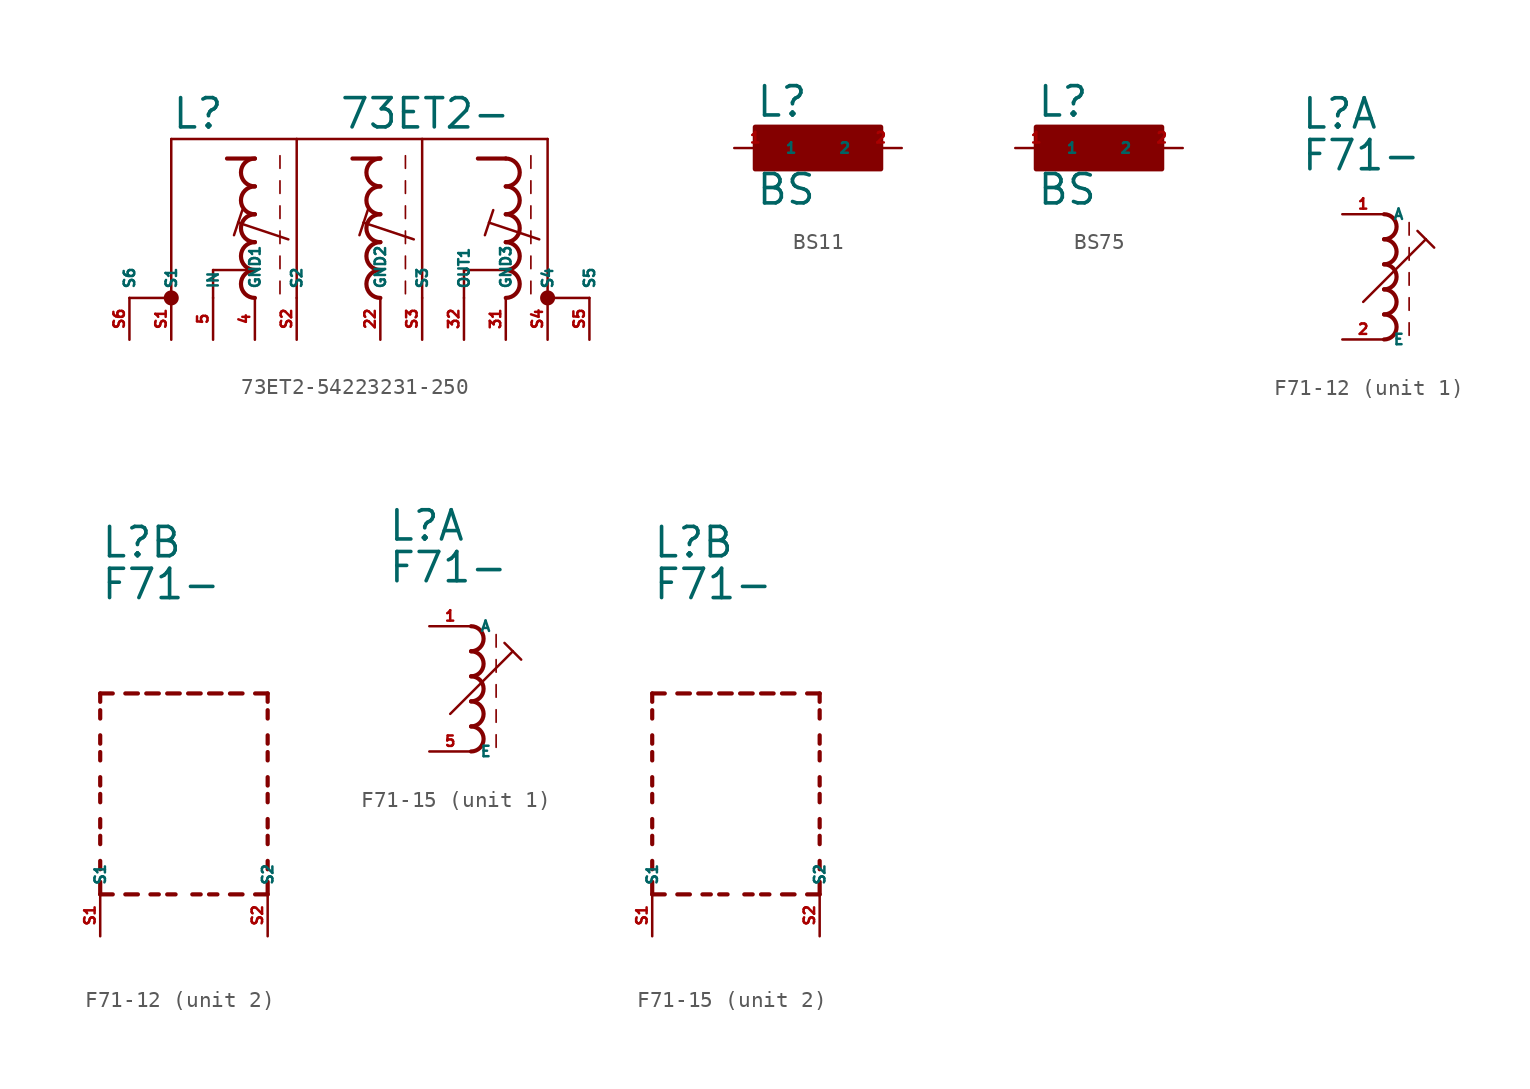
<source format=kicad_sym>
(kicad_symbol_lib
  (version 20220914)
  (generator kicad_symbol_editor)
  (symbol "73ET2-54223231-250"
    (property "Reference" "L"
      (at -12.7 7.62 0)
      (effects (font (size 1.778 1.778) (thickness 0.22)) (justify left bottom)))
    (property "Value" "73ET2-"
      (at -2.54 7.62 0)
      (effects (font (size 1.778 1.778) (thickness 0.22)) (justify left bottom)))
    (symbol "73ET2-54223231-250_1_1"
      (circle (center -12.7 -2.54) (radius 0.254) (stroke (width 0.406) (type default)) (fill (type none)))
      (arc (start -7.62 -0.8466) (mid -8.4664 -1.6933) (end -7.62 -2.54) (stroke (width 0.254) (type default)) (fill (type none)))
      (arc (start -7.62 0.8466) (mid -8.4662 0) (end -7.62 -0.8466) (stroke (width 0.254) (type default)) (fill (type none)))
      (arc (start -7.62 2.54) (mid -8.4664 1.6933) (end -7.62 0.8466) (stroke (width 0.254) (type default)) (fill (type none)))
      (arc (start -7.62 4.2334) (mid -8.4664 3.3867) (end -7.62 2.54) (stroke (width 0.254) (type default)) (fill (type none)))
      (arc (start -7.62 5.9266) (mid -8.4662 5.08) (end -7.62 4.2334) (stroke (width 0.254) (type default)) (fill (type none)))
      (arc (start 0 -0.8466) (mid -0.8464 -1.6933) (end 0 -2.54) (stroke (width 0.254) (type default)) (fill (type none)))
      (polyline (pts (xy -15.24 -2.54) (xy -12.7 -2.54)) (stroke (width 0.152) (type default)) (fill (type none)))
      (polyline (pts (xy -12.7 -2.54) (xy -12.7 7.112)) (stroke (width 0.152) (type default)) (fill (type none)))
      (polyline (pts (xy -12.7 7.112) (xy -5.08 7.112)) (stroke (width 0.152) (type default)) (fill (type none)))
      (polyline (pts (xy -10.16 -2.54) (xy -10.16 -0.847)) (stroke (width 0.152) (type default)) (fill (type none)))
      (polyline (pts (xy -10.16 -0.847) (xy -7.62 -0.847)) (stroke (width 0.152) (type default)) (fill (type none)))
      (polyline (pts (xy -8.636 2.032) (xy -8.89 1.27)) (stroke (width 0.152) (type default)) (fill (type none)))
      (polyline (pts (xy -8.382 2.794) (xy -8.636 2.032)) (stroke (width 0.152) (type default)) (fill (type none)))
      (polyline (pts (xy -7.62 5.927) (xy -9.313 5.927)) (stroke (width 0.254) (type default)) (fill (type none)))
      (polyline (pts (xy -6.096 -1.524) (xy -6.096 -2.286)) (stroke (width 0.102) (type default)) (fill (type none)))
      (polyline (pts (xy -6.096 0) (xy -6.096 -0.762)) (stroke (width 0.102) (type default)) (fill (type none)))
      (polyline (pts (xy -6.096 1.524) (xy -6.096 0.762)) (stroke (width 0.102) (type default)) (fill (type none)))
      (polyline (pts (xy -6.096 3.048) (xy -6.096 2.286)) (stroke (width 0.102) (type default)) (fill (type none)))
      (polyline (pts (xy -6.096 4.572) (xy -6.096 3.81)) (stroke (width 0.102) (type default)) (fill (type none)))
      (polyline (pts (xy -6.096 6.096) (xy -6.096 5.334)) (stroke (width 0.102) (type default)) (fill (type none)))
      (polyline (pts (xy -5.588 1.016) (xy -8.636 2.032)) (stroke (width 0.152) (type default)) (fill (type none)))
      (polyline (pts (xy -5.08 7.112) (xy -5.08 -2.54)) (stroke (width 0.152) (type default)) (fill (type none)))
      (polyline (pts (xy -5.08 7.112) (xy 2.54 7.112)) (stroke (width 0.152) (type default)) (fill (type none)))
      (polyline (pts (xy -1.016 2.032) (xy -1.27 1.27)) (stroke (width 0.152) (type default)) (fill (type none)))
      (polyline (pts (xy -0.762 2.794) (xy -1.016 2.032)) (stroke (width 0.152) (type default)) (fill (type none)))
      (polyline (pts (xy 0 5.927) (xy -1.693 5.927)) (stroke (width 0.254) (type default)) (fill (type none)))
      (polyline (pts (xy 1.524 -1.524) (xy 1.524 -2.286)) (stroke (width 0.102) (type default)) (fill (type none)))
      (polyline (pts (xy 1.524 0) (xy 1.524 -0.762)) (stroke (width 0.102) (type default)) (fill (type none)))
      (polyline (pts (xy 1.524 1.524) (xy 1.524 0.762)) (stroke (width 0.102) (type default)) (fill (type none)))
      (polyline (pts (xy 1.524 3.048) (xy 1.524 2.286)) (stroke (width 0.102) (type default)) (fill (type none)))
      (polyline (pts (xy 1.524 4.572) (xy 1.524 3.81)) (stroke (width 0.102) (type default)) (fill (type none)))
      (polyline (pts (xy 1.524 6.096) (xy 1.524 5.334)) (stroke (width 0.102) (type default)) (fill (type none)))
      (polyline (pts (xy 2.032 1.016) (xy -1.016 2.032)) (stroke (width 0.152) (type default)) (fill (type none)))
      (polyline (pts (xy 2.54 7.112) (xy 2.54 -2.54)) (stroke (width 0.152) (type default)) (fill (type none)))
      (polyline (pts (xy 2.54 7.112) (xy 10.16 7.112)) (stroke (width 0.152) (type default)) (fill (type none)))
      (polyline (pts (xy 5.08 -2.54) (xy 5.08 -0.847)) (stroke (width 0.152) (type default)) (fill (type none)))
      (polyline (pts (xy 5.08 -0.847) (xy 7.62 -0.847)) (stroke (width 0.152) (type default)) (fill (type none)))
      (polyline (pts (xy 6.604 2.032) (xy 6.35 1.27)) (stroke (width 0.152) (type default)) (fill (type none)))
      (polyline (pts (xy 6.858 2.794) (xy 6.604 2.032)) (stroke (width 0.152) (type default)) (fill (type none)))
      (polyline (pts (xy 7.62 5.927) (xy 5.927 5.927)) (stroke (width 0.254) (type default)) (fill (type none)))
      (polyline (pts (xy 9.144 -1.524) (xy 9.144 -2.286)) (stroke (width 0.102) (type default)) (fill (type none)))
      (polyline (pts (xy 9.144 0) (xy 9.144 -0.762)) (stroke (width 0.102) (type default)) (fill (type none)))
      (polyline (pts (xy 9.144 1.524) (xy 9.144 0.762)) (stroke (width 0.102) (type default)) (fill (type none)))
      (polyline (pts (xy 9.144 3.048) (xy 9.144 2.286)) (stroke (width 0.102) (type default)) (fill (type none)))
      (polyline (pts (xy 9.144 4.572) (xy 9.144 3.81)) (stroke (width 0.102) (type default)) (fill (type none)))
      (polyline (pts (xy 9.144 6.096) (xy 9.144 5.334)) (stroke (width 0.102) (type default)) (fill (type none)))
      (polyline (pts (xy 9.652 1.016) (xy 6.604 2.032)) (stroke (width 0.152) (type default)) (fill (type none)))
      (polyline (pts (xy 10.16 7.112) (xy 10.16 -2.54)) (stroke (width 0.152) (type default)) (fill (type none)))
      (polyline (pts (xy 12.7 -2.54) (xy 10.16 -2.54)) (stroke (width 0.152) (type default)) (fill (type none)))
      (arc (start 0 0.8466) (mid -0.8462 0) (end 0 -0.8466) (stroke (width 0.254) (type default)) (fill (type none)))
      (arc (start 0 2.54) (mid -0.8464 1.6933) (end 0 0.8466) (stroke (width 0.254) (type default)) (fill (type none)))
      (arc (start 0 4.2334) (mid -0.8464 3.3867) (end 0 2.54) (stroke (width 0.254) (type default)) (fill (type none)))
      (arc (start 0 5.9266) (mid -0.8462 5.08) (end 0 4.2334) (stroke (width 0.254) (type default)) (fill (type none)))
      (arc (start 7.62 -2.54) (mid 8.4631 -1.6933) (end 7.62 -0.8466) (stroke (width 0.254) (type default)) (fill (type none)))
      (arc (start 7.62 -0.8466) (mid 8.463 0) (end 7.62 0.8466) (stroke (width 0.254) (type default)) (fill (type none)))
      (arc (start 7.62 0.8466) (mid 8.4631 1.6933) (end 7.62 2.54) (stroke (width 0.254) (type default)) (fill (type none)))
      (arc (start 7.62 2.54) (mid 8.4631 3.3867) (end 7.62 4.2334) (stroke (width 0.254) (type default)) (fill (type none)))
      (arc (start 7.62 4.2334) (mid 8.463 5.08) (end 7.62 5.9266) (stroke (width 0.254) (type default)) (fill (type none)))
      (circle (center 10.16 -2.54) (radius 0.254) (stroke (width 0.406) (type default)) (fill (type none)))
      (pin passive line (at 0 -5.08 90) (length 2.54) (name "GND2" (effects (font (size 0.635 0.635)))) (number "22" (effects (font (size 0.635 0.635)))))
      (pin passive line (at 7.62 -5.08 90) (length 2.54) (name "GND3" (effects (font (size 0.635 0.635)))) (number "31" (effects (font (size 0.635 0.635)))))
      (pin passive line (at 5.08 -5.08 90) (length 2.54) (name "OUT1" (effects (font (size 0.635 0.635)))) (number "32" (effects (font (size 0.635 0.635)))))
      (pin passive line (at -7.62 -5.08 90) (length 2.54) (name "GND1" (effects (font (size 0.635 0.635)))) (number "4" (effects (font (size 0.635 0.635)))))
      (pin passive line (at -10.16 -5.08 90) (length 2.54) (name "IN" (effects (font (size 0.635 0.635)))) (number "5" (effects (font (size 0.635 0.635)))))
      (pin passive line (at -12.7 -5.08 90) (length 2.54) (name "S1" (effects (font (size 0.635 0.635)))) (number "S1" (effects (font (size 0.635 0.635)))))
      (pin passive line (at -5.08 -5.08 90) (length 2.54) (name "S2" (effects (font (size 0.635 0.635)))) (number "S2" (effects (font (size 0.635 0.635)))))
      (pin passive line (at 2.54 -5.08 90) (length 2.54) (name "S3" (effects (font (size 0.635 0.635)))) (number "S3" (effects (font (size 0.635 0.635)))))
      (pin passive line (at 10.16 -5.08 90) (length 2.54) (name "S4" (effects (font (size 0.635 0.635)))) (number "S4" (effects (font (size 0.635 0.635)))))
      (pin passive line (at 12.7 -5.08 90) (length 2.54) (name "S5" (effects (font (size 0.635 0.635)))) (number "S5" (effects (font (size 0.635 0.635)))))
      (pin passive line (at -15.24 -5.08 90) (length 2.54) (name "S6" (effects (font (size 0.635 0.635)))) (number "S6" (effects (font (size 0.635 0.635)))))))
  (symbol "BS11"
    (property "Reference" "L"
      (at -3.81 1.778 0)
      (effects (font (size 1.778 1.778) (thickness 0.22)) (justify left bottom)))
    (property "Value" "BS"
      (at -3.81 -3.556 0)
      (effects (font (size 1.778 1.778) (thickness 0.22)) (justify left bottom)))
    (symbol "BS11_1_1"
      (rectangle (start -3.81 -1.27) (end 3.81 1.27) (stroke (width 0.3) (type default)) (fill (type outline)))
      (pin passive line (at -5.08 0 0) (length 2.54) (name "1" (effects (font (size 0.635 0.635)))) (number "1" (effects (font (size 0.635 0.635)))))
      (pin passive line (at 5.08 0 180) (length 2.54) (name "2" (effects (font (size 0.635 0.635)))) (number "2" (effects (font (size 0.635 0.635)))))))
  (symbol "BS75"
    (property "Reference" "L"
      (at -3.81 1.778 0)
      (effects (font (size 1.778 1.778) (thickness 0.22)) (justify left bottom)))
    (property "Value" "BS"
      (at -3.81 -3.556 0)
      (effects (font (size 1.778 1.778) (thickness 0.22)) (justify left bottom)))
    (symbol "BS75_1_1"
      (rectangle (start -3.81 -1.27) (end 3.81 1.27) (stroke (width 0.3) (type default)) (fill (type outline)))
      (pin passive line (at -5.08 0 0) (length 2.54) (name "1" (effects (font (size 0.635 0.635)))) (number "1" (effects (font (size 0.635 0.635)))))
      (pin passive line (at 5.08 0 180) (length 2.54) (name "2" (effects (font (size 0.635 0.635)))) (number "2" (effects (font (size 0.635 0.635)))))))
  (symbol "F71-12"
    (property "Reference" "L"
      (at -5.08 10.16 0)
      (effects (font (size 1.778 1.778) (thickness 0.22)) (justify left bottom)))
    (property "Value" "F71-"
      (at -5.08 7.62 0)
      (effects (font (size 1.778 1.778) (thickness 0.22)) (justify left bottom)))
    (symbol "F71-12_1_0"
      (arc (start 0 -2.54) (mid 0.7587 -1.778) (end 0 -1.016) (stroke (width 0.254) (type default)) (fill (type none)))
      (arc (start 0 -1.016) (mid 0.7587 -0.254) (end 0 0.508) (stroke (width 0.254) (type default)) (fill (type none)))
      (polyline (pts (xy -1.27 -0.254) (xy 2.54 3.556)) (stroke (width 0.152) (type default)) (fill (type none)))
      (polyline (pts (xy 1.524 -1.524) (xy 1.524 -2.286)) (stroke (width 0.102) (type default)) (fill (type none)))
      (polyline (pts (xy 1.524 0) (xy 1.524 -0.762)) (stroke (width 0.102) (type default)) (fill (type none)))
      (polyline (pts (xy 1.524 1.524) (xy 1.524 0.762)) (stroke (width 0.102) (type default)) (fill (type none)))
      (polyline (pts (xy 1.524 3.048) (xy 1.524 2.286)) (stroke (width 0.102) (type default)) (fill (type none)))
      (polyline (pts (xy 1.524 4.572) (xy 1.524 3.81)) (stroke (width 0.102) (type default)) (fill (type none)))
      (polyline (pts (xy 2.032 4.064) (xy 2.54 3.556)) (stroke (width 0.152) (type default)) (fill (type none)))
      (polyline (pts (xy 2.54 3.556) (xy 3.048 3.048)) (stroke (width 0.152) (type default)) (fill (type none)))
      (arc (start 0 0.508) (mid 0.7587 1.27) (end 0 2.032) (stroke (width 0.254) (type default)) (fill (type none)))
      (arc (start 0 2.032) (mid 0.7587 2.794) (end 0 3.556) (stroke (width 0.254) (type default)) (fill (type none)))
      (arc (start 0 3.556) (mid 0.7587 4.318) (end 0 5.08) (stroke (width 0.254) (type default)) (fill (type none)))
      (pin passive line (at -2.54 5.08 0) (length 2.54) (name "A" (effects (font (size 0.635 0.635)))) (number "1" (effects (font (size 0.635 0.635)))))
      (pin passive line (at -2.54 -2.54 0) (length 2.54) (name "E" (effects (font (size 0.635 0.635)))) (number "2" (effects (font (size 0.635 0.635))))))
    (symbol "F71-12_2_0"
      (polyline (pts (xy -5.08 -10.16) (xy -5.08 -9.398)) (stroke (width 0.254) (type default)) (fill (type none)))
      (polyline (pts (xy -5.08 -10.16) (xy -4.318 -10.16)) (stroke (width 0.254) (type default)) (fill (type none)))
      (polyline (pts (xy -5.08 -8.636) (xy -5.08 -8.128)) (stroke (width 0.254) (type default)) (fill (type none)))
      (polyline (pts (xy -5.08 -7.112) (xy -5.08 -6.604)) (stroke (width 0.254) (type default)) (fill (type none)))
      (polyline (pts (xy -5.08 -6.096) (xy -5.08 -5.588)) (stroke (width 0.254) (type default)) (fill (type none)))
      (polyline (pts (xy -5.08 -4.572) (xy -5.08 -4.064)) (stroke (width 0.254) (type default)) (fill (type none)))
      (polyline (pts (xy -5.08 -3.556) (xy -5.08 -3.048)) (stroke (width 0.254) (type default)) (fill (type none)))
      (polyline (pts (xy -5.08 -2.032) (xy -5.08 -1.524)) (stroke (width 0.254) (type default)) (fill (type none)))
      (polyline (pts (xy -5.08 -1.016) (xy -5.08 -0.508)) (stroke (width 0.254) (type default)) (fill (type none)))
      (polyline (pts (xy -5.08 0.508) (xy -5.08 1.016)) (stroke (width 0.254) (type default)) (fill (type none)))
      (polyline (pts (xy -5.08 1.524) (xy -5.08 2.032)) (stroke (width 0.254) (type default)) (fill (type none)))
      (polyline (pts (xy -5.08 2.032) (xy -4.318 2.032)) (stroke (width 0.254) (type default)) (fill (type none)))
      (polyline (pts (xy -3.556 -10.16) (xy -2.794 -10.16)) (stroke (width 0.254) (type default)) (fill (type none)))
      (polyline (pts (xy -3.556 2.032) (xy -2.794 2.032)) (stroke (width 0.254) (type default)) (fill (type none)))
      (polyline (pts (xy -1.524 -10.16) (xy -2.032 -10.16)) (stroke (width 0.254) (type default)) (fill (type none)))
      (polyline (pts (xy -1.524 2.032) (xy -2.286 2.032)) (stroke (width 0.254) (type default)) (fill (type none)))
      (polyline (pts (xy -1.016 2.032) (xy -0.254 2.032)) (stroke (width 0.254) (type default)) (fill (type none)))
      (polyline (pts (xy -0.508 -10.16) (xy -1.016 -10.16)) (stroke (width 0.254) (type default)) (fill (type none)))
      (polyline (pts (xy 1.016 -10.16) (xy 0.508 -10.16)) (stroke (width 0.254) (type default)) (fill (type none)))
      (polyline (pts (xy 1.016 2.032) (xy 0.254 2.032)) (stroke (width 0.254) (type default)) (fill (type none)))
      (polyline (pts (xy 1.524 2.032) (xy 2.286 2.032)) (stroke (width 0.254) (type default)) (fill (type none)))
      (polyline (pts (xy 2.032 -10.16) (xy 1.524 -10.16)) (stroke (width 0.254) (type default)) (fill (type none)))
      (polyline (pts (xy 3.556 -10.16) (xy 2.794 -10.16)) (stroke (width 0.254) (type default)) (fill (type none)))
      (polyline (pts (xy 3.556 2.032) (xy 2.794 2.032)) (stroke (width 0.254) (type default)) (fill (type none)))
      (polyline (pts (xy 5.08 -10.16) (xy 4.318 -10.16)) (stroke (width 0.254) (type default)) (fill (type none)))
      (polyline (pts (xy 5.08 -10.16) (xy 5.08 -9.398)) (stroke (width 0.254) (type default)) (fill (type none)))
      (polyline (pts (xy 5.08 -8.636) (xy 5.08 -8.128)) (stroke (width 0.254) (type default)) (fill (type none)))
      (polyline (pts (xy 5.08 -7.112) (xy 5.08 -6.604)) (stroke (width 0.254) (type default)) (fill (type none)))
      (polyline (pts (xy 5.08 -6.096) (xy 5.08 -5.588)) (stroke (width 0.254) (type default)) (fill (type none)))
      (polyline (pts (xy 5.08 -4.572) (xy 5.08 -4.064)) (stroke (width 0.254) (type default)) (fill (type none)))
      (polyline (pts (xy 5.08 -3.556) (xy 5.08 -3.048)) (stroke (width 0.254) (type default)) (fill (type none)))
      (polyline (pts (xy 5.08 -2.032) (xy 5.08 -1.524)) (stroke (width 0.254) (type default)) (fill (type none)))
      (polyline (pts (xy 5.08 -1.016) (xy 5.08 -0.508)) (stroke (width 0.254) (type default)) (fill (type none)))
      (polyline (pts (xy 5.08 0.508) (xy 5.08 1.016)) (stroke (width 0.254) (type default)) (fill (type none)))
      (polyline (pts (xy 5.08 1.524) (xy 5.08 2.032)) (stroke (width 0.254) (type default)) (fill (type none)))
      (polyline (pts (xy 5.08 2.032) (xy 4.318 2.032)) (stroke (width 0.254) (type default)) (fill (type none)))
      (pin passive line (at -5.08 -12.7 90) (length 2.54) (name "S1" (effects (font (size 0.635 0.635)))) (number "S1" (effects (font (size 0.635 0.635)))))
      (pin passive line (at 5.08 -12.7 90) (length 2.54) (name "S2" (effects (font (size 0.635 0.635)))) (number "S2" (effects (font (size 0.635 0.635)))))))
  (symbol "F71-15"
    (property "Reference" "L"
      (at -5.08 10.16 0)
      (effects (font (size 1.778 1.778) (thickness 0.22)) (justify left bottom)))
    (property "Value" "F71-"
      (at -5.08 7.62 0)
      (effects (font (size 1.778 1.778) (thickness 0.22)) (justify left bottom)))
    (symbol "F71-15_1_0"
      (arc (start 0 -2.54) (mid 0.7587 -1.778) (end 0 -1.016) (stroke (width 0.254) (type default)) (fill (type none)))
      (arc (start 0 -1.016) (mid 0.7587 -0.254) (end 0 0.508) (stroke (width 0.254) (type default)) (fill (type none)))
      (polyline (pts (xy -1.27 -0.254) (xy 2.54 3.556)) (stroke (width 0.152) (type default)) (fill (type none)))
      (polyline (pts (xy 1.524 -1.524) (xy 1.524 -2.286)) (stroke (width 0.102) (type default)) (fill (type none)))
      (polyline (pts (xy 1.524 0) (xy 1.524 -0.762)) (stroke (width 0.102) (type default)) (fill (type none)))
      (polyline (pts (xy 1.524 1.524) (xy 1.524 0.762)) (stroke (width 0.102) (type default)) (fill (type none)))
      (polyline (pts (xy 1.524 3.048) (xy 1.524 2.286)) (stroke (width 0.102) (type default)) (fill (type none)))
      (polyline (pts (xy 1.524 4.572) (xy 1.524 3.81)) (stroke (width 0.102) (type default)) (fill (type none)))
      (polyline (pts (xy 2.032 4.064) (xy 2.54 3.556)) (stroke (width 0.152) (type default)) (fill (type none)))
      (polyline (pts (xy 2.54 3.556) (xy 3.048 3.048)) (stroke (width 0.152) (type default)) (fill (type none)))
      (arc (start 0 0.508) (mid 0.7587 1.27) (end 0 2.032) (stroke (width 0.254) (type default)) (fill (type none)))
      (arc (start 0 2.032) (mid 0.7587 2.794) (end 0 3.556) (stroke (width 0.254) (type default)) (fill (type none)))
      (arc (start 0 3.556) (mid 0.7587 4.318) (end 0 5.08) (stroke (width 0.254) (type default)) (fill (type none)))
      (pin passive line (at -2.54 5.08 0) (length 2.54) (name "A" (effects (font (size 0.635 0.635)))) (number "1" (effects (font (size 0.635 0.635)))))
      (pin passive line (at -2.54 -2.54 0) (length 2.54) (name "E" (effects (font (size 0.635 0.635)))) (number "5" (effects (font (size 0.635 0.635))))))
    (symbol "F71-15_2_0"
      (polyline (pts (xy -5.08 -10.16) (xy -5.08 -9.398)) (stroke (width 0.254) (type default)) (fill (type none)))
      (polyline (pts (xy -5.08 -10.16) (xy -4.318 -10.16)) (stroke (width 0.254) (type default)) (fill (type none)))
      (polyline (pts (xy -5.08 -8.636) (xy -5.08 -8.128)) (stroke (width 0.254) (type default)) (fill (type none)))
      (polyline (pts (xy -5.08 -7.112) (xy -5.08 -6.604)) (stroke (width 0.254) (type default)) (fill (type none)))
      (polyline (pts (xy -5.08 -6.096) (xy -5.08 -5.588)) (stroke (width 0.254) (type default)) (fill (type none)))
      (polyline (pts (xy -5.08 -4.572) (xy -5.08 -4.064)) (stroke (width 0.254) (type default)) (fill (type none)))
      (polyline (pts (xy -5.08 -3.556) (xy -5.08 -3.048)) (stroke (width 0.254) (type default)) (fill (type none)))
      (polyline (pts (xy -5.08 -2.032) (xy -5.08 -1.524)) (stroke (width 0.254) (type default)) (fill (type none)))
      (polyline (pts (xy -5.08 -1.016) (xy -5.08 -0.508)) (stroke (width 0.254) (type default)) (fill (type none)))
      (polyline (pts (xy -5.08 0.508) (xy -5.08 1.016)) (stroke (width 0.254) (type default)) (fill (type none)))
      (polyline (pts (xy -5.08 1.524) (xy -5.08 2.032)) (stroke (width 0.254) (type default)) (fill (type none)))
      (polyline (pts (xy -5.08 2.032) (xy -4.318 2.032)) (stroke (width 0.254) (type default)) (fill (type none)))
      (polyline (pts (xy -3.556 -10.16) (xy -2.794 -10.16)) (stroke (width 0.254) (type default)) (fill (type none)))
      (polyline (pts (xy -3.556 2.032) (xy -2.794 2.032)) (stroke (width 0.254) (type default)) (fill (type none)))
      (polyline (pts (xy -1.524 -10.16) (xy -2.032 -10.16)) (stroke (width 0.254) (type default)) (fill (type none)))
      (polyline (pts (xy -1.524 2.032) (xy -2.286 2.032)) (stroke (width 0.254) (type default)) (fill (type none)))
      (polyline (pts (xy -1.016 2.032) (xy -0.254 2.032)) (stroke (width 0.254) (type default)) (fill (type none)))
      (polyline (pts (xy -0.508 -10.16) (xy -1.016 -10.16)) (stroke (width 0.254) (type default)) (fill (type none)))
      (polyline (pts (xy 1.016 -10.16) (xy 0.508 -10.16)) (stroke (width 0.254) (type default)) (fill (type none)))
      (polyline (pts (xy 1.016 2.032) (xy 0.254 2.032)) (stroke (width 0.254) (type default)) (fill (type none)))
      (polyline (pts (xy 1.524 2.032) (xy 2.286 2.032)) (stroke (width 0.254) (type default)) (fill (type none)))
      (polyline (pts (xy 2.032 -10.16) (xy 1.524 -10.16)) (stroke (width 0.254) (type default)) (fill (type none)))
      (polyline (pts (xy 3.556 -10.16) (xy 2.794 -10.16)) (stroke (width 0.254) (type default)) (fill (type none)))
      (polyline (pts (xy 3.556 2.032) (xy 2.794 2.032)) (stroke (width 0.254) (type default)) (fill (type none)))
      (polyline (pts (xy 5.08 -10.16) (xy 4.318 -10.16)) (stroke (width 0.254) (type default)) (fill (type none)))
      (polyline (pts (xy 5.08 -10.16) (xy 5.08 -9.398)) (stroke (width 0.254) (type default)) (fill (type none)))
      (polyline (pts (xy 5.08 -8.636) (xy 5.08 -8.128)) (stroke (width 0.254) (type default)) (fill (type none)))
      (polyline (pts (xy 5.08 -7.112) (xy 5.08 -6.604)) (stroke (width 0.254) (type default)) (fill (type none)))
      (polyline (pts (xy 5.08 -6.096) (xy 5.08 -5.588)) (stroke (width 0.254) (type default)) (fill (type none)))
      (polyline (pts (xy 5.08 -4.572) (xy 5.08 -4.064)) (stroke (width 0.254) (type default)) (fill (type none)))
      (polyline (pts (xy 5.08 -3.556) (xy 5.08 -3.048)) (stroke (width 0.254) (type default)) (fill (type none)))
      (polyline (pts (xy 5.08 -2.032) (xy 5.08 -1.524)) (stroke (width 0.254) (type default)) (fill (type none)))
      (polyline (pts (xy 5.08 -1.016) (xy 5.08 -0.508)) (stroke (width 0.254) (type default)) (fill (type none)))
      (polyline (pts (xy 5.08 0.508) (xy 5.08 1.016)) (stroke (width 0.254) (type default)) (fill (type none)))
      (polyline (pts (xy 5.08 1.524) (xy 5.08 2.032)) (stroke (width 0.254) (type default)) (fill (type none)))
      (polyline (pts (xy 5.08 2.032) (xy 4.318 2.032)) (stroke (width 0.254) (type default)) (fill (type none)))
      (pin passive line (at -5.08 -12.7 90) (length 2.54) (name "S1" (effects (font (size 0.635 0.635)))) (number "S1" (effects (font (size 0.635 0.635)))))
      (pin passive line (at 5.08 -12.7 90) (length 2.54) (name "S2" (effects (font (size 0.635 0.635)))) (number "S2" (effects (font (size 0.635 0.635))))))))
</source>
